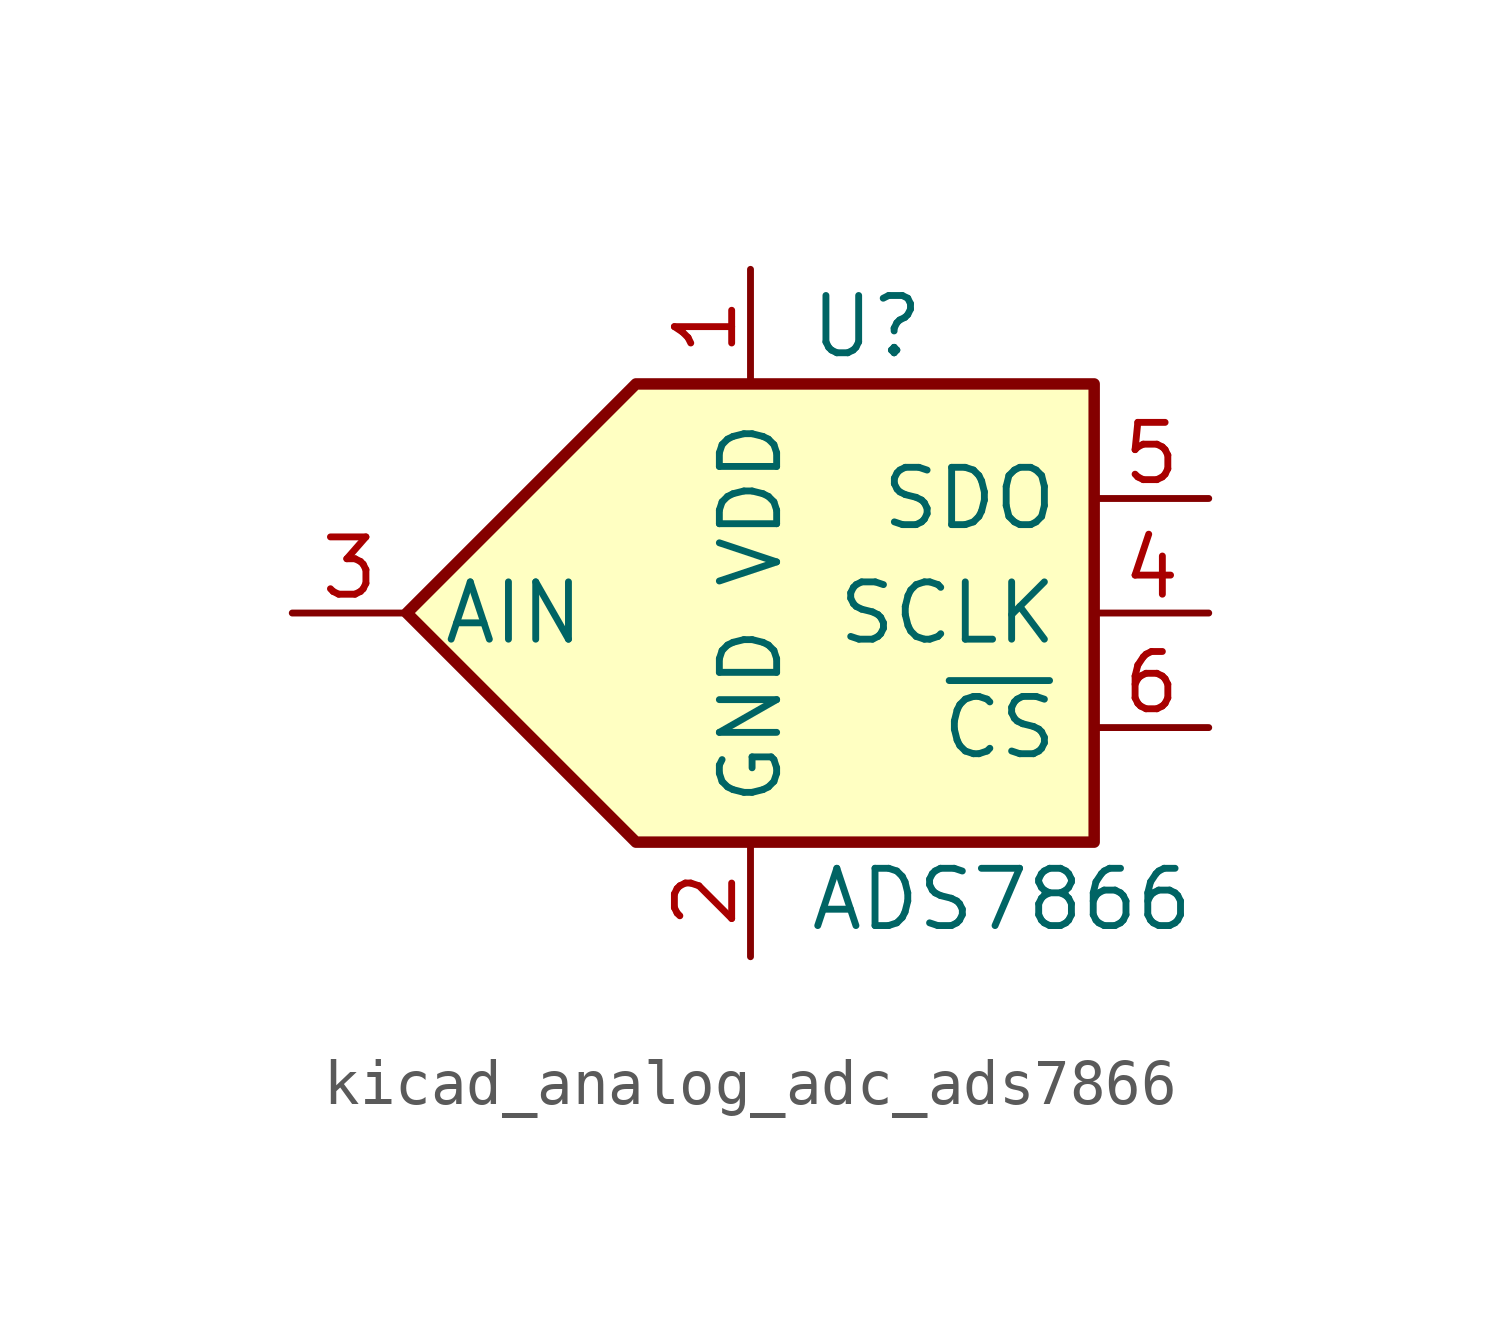
<source format=kicad_sym>
(kicad_symbol_lib
  (version 20220914)
  (generator kicad_symbol_editor)
  (symbol "kicad_analog_adc_ads7866"
    (pin_names
      (offset 0.762))
    (property "Reference" "U"
      (at 1.27 6.35 0)
      (effects (font (size 1.27 1.27)) (justify left)))
    (property "Value" "ADS7866"
      (at 1.27 -6.35 0)
      (effects (font (size 1.27 1.27)) (justify left)))
    (symbol "kicad_analog_adc_ads7866_0_1"
      (polyline (pts (xy -2.54 5.08) (xy 7.62 5.08) (xy 7.62 -5.08) (xy -2.54 -5.08) (xy -7.62 0) (xy -2.54 5.08)) (stroke (width 0.254) (type default)) (fill (type background))))
    (symbol "kicad_analog_adc_ads7866_1_1"
      (pin power_in line (at 0 7.62 270) (length 2.54) (name "VDD" (effects (font (size 1.27 1.27)))) (number "1" (effects (font (size 1.27 1.27)))))
      (pin power_in line (at 0 -7.62 90) (length 2.54) (name "GND" (effects (font (size 1.27 1.27)))) (number "2" (effects (font (size 1.27 1.27)))))
      (pin input line (at -10.16 0 0) (length 2.54) (name "AIN" (effects (font (size 1.27 1.27)))) (number "3" (effects (font (size 1.27 1.27)))))
      (pin input line (at 10.16 0 180) (length 2.54) (name "SCLK" (effects (font (size 1.27 1.27)))) (number "4" (effects (font (size 1.27 1.27)))))
      (pin tri_state line (at 10.16 2.54 180) (length 2.54) (name "SDO" (effects (font (size 1.27 1.27)))) (number "5" (effects (font (size 1.27 1.27)))))
      (pin input line (at 10.16 -2.54 180) (length 2.54) (name "~{CS}" (effects (font (size 1.27 1.27)))) (number "6" (effects (font (size 1.27 1.27))))))))
</source>
